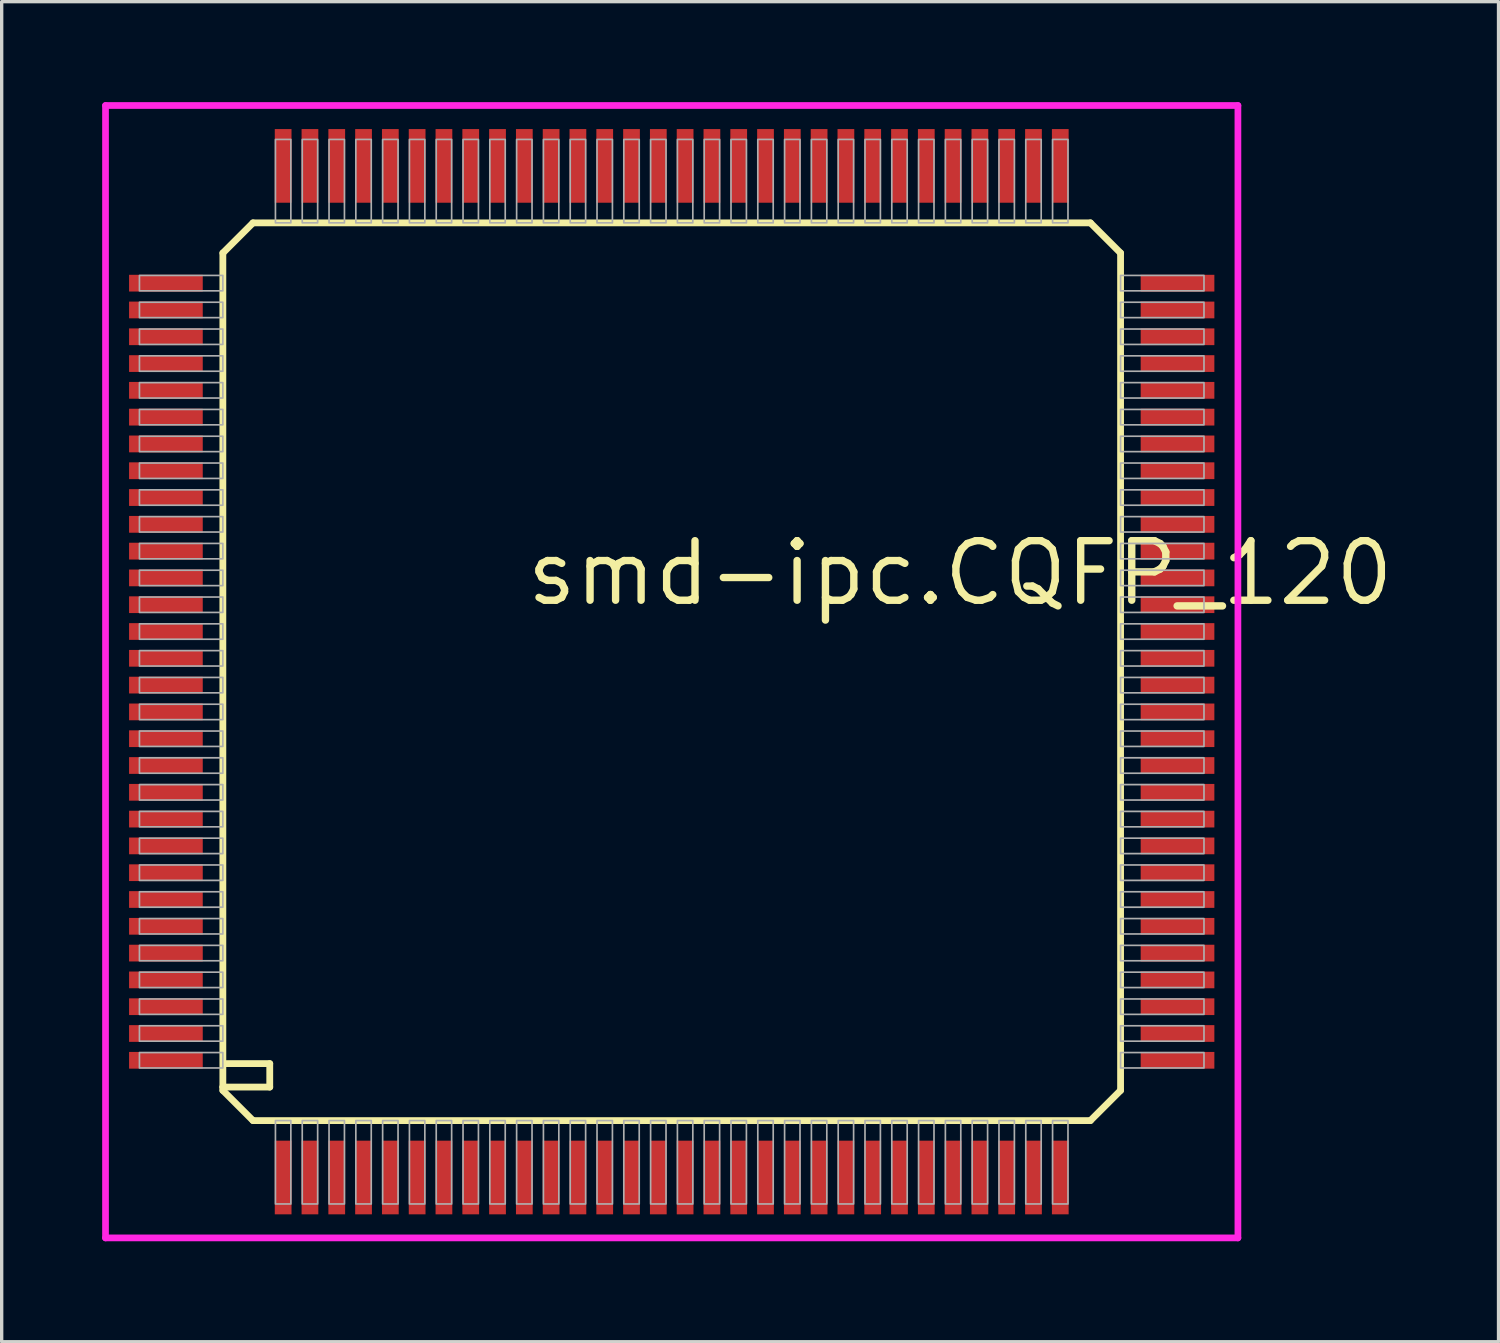
<source format=kicad_pcb>
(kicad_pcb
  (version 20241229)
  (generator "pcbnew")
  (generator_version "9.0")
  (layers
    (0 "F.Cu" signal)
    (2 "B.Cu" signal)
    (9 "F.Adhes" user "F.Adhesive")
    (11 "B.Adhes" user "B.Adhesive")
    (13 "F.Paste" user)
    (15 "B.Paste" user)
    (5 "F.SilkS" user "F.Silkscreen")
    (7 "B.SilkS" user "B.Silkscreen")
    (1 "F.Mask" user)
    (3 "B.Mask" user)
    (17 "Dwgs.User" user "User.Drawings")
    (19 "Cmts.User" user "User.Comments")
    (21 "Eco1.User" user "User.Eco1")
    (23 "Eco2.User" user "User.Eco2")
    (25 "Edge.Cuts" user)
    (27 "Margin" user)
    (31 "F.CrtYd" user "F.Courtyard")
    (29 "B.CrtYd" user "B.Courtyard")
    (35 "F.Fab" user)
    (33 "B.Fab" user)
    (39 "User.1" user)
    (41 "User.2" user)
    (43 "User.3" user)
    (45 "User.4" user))
  (footprint "smd-ipc.CQFP_120"
    (layer "F.Cu")
    (at 17.003 17.003)
    (property "Reference" "smd-ipc.CQFP_120" (at -4.445 -1.905 0) (layer "F.SilkS") (effects (font (size 1.778 1.778) (thickness 0.22)) (justify left bottom)))
    (attr smd)
    (fp_line (start -13.4 -12.5) (end -13.4 12.4) (stroke (width 0.203) (type default)) (layer "F.SilkS"))
    (fp_line (start -13.4 -12.5) (end -12.5 -13.4) (stroke (width 0.203) (type default)) (layer "F.SilkS"))
    (fp_line (start -13.4 12.4) (end -13.4 12.5) (stroke (width 0.203) (type default)) (layer "F.SilkS"))
    (fp_line (start -13.4 12.4) (end -12 12.4) (stroke (width 0.203) (type default)) (layer "F.SilkS"))
    (fp_line (start -13.4 12.5) (end -12.5 13.4) (stroke (width 0.203) (type default)) (layer "F.SilkS"))
    (fp_line (start -12.5 13.4) (end 12.5 13.4) (stroke (width 0.203) (type default)) (layer "F.SilkS"))
    (fp_line (start -12 11.7) (end -13.3 11.7) (stroke (width 0.203) (type default)) (layer "F.SilkS"))
    (fp_line (start -12 12.4) (end -12 11.7) (stroke (width 0.203) (type default)) (layer "F.SilkS"))
    (fp_line (start 12.5 -13.4) (end -12.5 -13.4) (stroke (width 0.203) (type default)) (layer "F.SilkS"))
    (fp_line (start 12.5 -13.4) (end 13.4 -12.5) (stroke (width 0.203) (type default)) (layer "F.SilkS"))
    (fp_line (start 12.5 13.4) (end 13.4 12.5) (stroke (width 0.203) (type default)) (layer "F.SilkS"))
    (fp_line (start 13.4 12.5) (end 13.4 -12.5) (stroke (width 0.203) (type default)) (layer "F.SilkS"))
    (fp_line (start -16.903 -16.903) (end 16.903 -16.903) (stroke (width 0.2) (type default)) (layer "F.CrtYd"))
    (fp_line (start -16.903 16.903) (end -16.903 -16.903) (stroke (width 0.2) (type default)) (layer "F.CrtYd"))
    (fp_line (start 16.903 -16.903) (end 16.903 16.903) (stroke (width 0.2) (type default)) (layer "F.CrtYd"))
    (fp_line (start 16.903 16.903) (end -16.903 16.903) (stroke (width 0.2) (type default)) (layer "F.CrtYd"))
    (fp_rect (start -15.89 -11.37) (end -13.4 -11.83) (stroke (width 0.05) (type default)) (fill no) (layer "F.Fab"))
    (fp_rect (start -15.89 -10.57) (end -13.4 -11.03) (stroke (width 0.05) (type default)) (fill no) (layer "F.Fab"))
    (fp_rect (start -15.89 -9.77) (end -13.4 -10.23) (stroke (width 0.05) (type default)) (fill no) (layer "F.Fab"))
    (fp_rect (start -15.89 -8.97) (end -13.4 -9.43) (stroke (width 0.05) (type default)) (fill no) (layer "F.Fab"))
    (fp_rect (start -15.89 -8.17) (end -13.4 -8.63) (stroke (width 0.05) (type default)) (fill no) (layer "F.Fab"))
    (fp_rect (start -15.89 -7.37) (end -13.4 -7.83) (stroke (width 0.05) (type default)) (fill no) (layer "F.Fab"))
    (fp_rect (start -15.89 -6.57) (end -13.4 -7.03) (stroke (width 0.05) (type default)) (fill no) (layer "F.Fab"))
    (fp_rect (start -15.89 -5.77) (end -13.4 -6.23) (stroke (width 0.05) (type default)) (fill no) (layer "F.Fab"))
    (fp_rect (start -15.89 -4.97) (end -13.4 -5.43) (stroke (width 0.05) (type default)) (fill no) (layer "F.Fab"))
    (fp_rect (start -15.89 -4.17) (end -13.4 -4.63) (stroke (width 0.05) (type default)) (fill no) (layer "F.Fab"))
    (fp_rect (start -15.89 -3.37) (end -13.4 -3.83) (stroke (width 0.05) (type default)) (fill no) (layer "F.Fab"))
    (fp_rect (start -15.89 -2.57) (end -13.4 -3.03) (stroke (width 0.05) (type default)) (fill no) (layer "F.Fab"))
    (fp_rect (start -15.89 -1.77) (end -13.4 -2.23) (stroke (width 0.05) (type default)) (fill no) (layer "F.Fab"))
    (fp_rect (start -15.89 -0.97) (end -13.4 -1.43) (stroke (width 0.05) (type default)) (fill no) (layer "F.Fab"))
    (fp_rect (start -15.89 -0.17) (end -13.4 -0.63) (stroke (width 0.05) (type default)) (fill no) (layer "F.Fab"))
    (fp_rect (start -15.89 0.63) (end -13.4 0.17) (stroke (width 0.05) (type default)) (fill no) (layer "F.Fab"))
    (fp_rect (start -15.89 1.43) (end -13.4 0.97) (stroke (width 0.05) (type default)) (fill no) (layer "F.Fab"))
    (fp_rect (start -15.89 2.23) (end -13.4 1.77) (stroke (width 0.05) (type default)) (fill no) (layer "F.Fab"))
    (fp_rect (start -15.89 3.03) (end -13.4 2.57) (stroke (width 0.05) (type default)) (fill no) (layer "F.Fab"))
    (fp_rect (start -15.89 3.83) (end -13.4 3.37) (stroke (width 0.05) (type default)) (fill no) (layer "F.Fab"))
    (fp_rect (start -15.89 4.63) (end -13.4 4.17) (stroke (width 0.05) (type default)) (fill no) (layer "F.Fab"))
    (fp_rect (start -15.89 5.43) (end -13.4 4.97) (stroke (width 0.05) (type default)) (fill no) (layer "F.Fab"))
    (fp_rect (start -15.89 6.23) (end -13.4 5.77) (stroke (width 0.05) (type default)) (fill no) (layer "F.Fab"))
    (fp_rect (start -15.89 7.03) (end -13.4 6.57) (stroke (width 0.05) (type default)) (fill no) (layer "F.Fab"))
    (fp_rect (start -15.89 7.83) (end -13.4 7.37) (stroke (width 0.05) (type default)) (fill no) (layer "F.Fab"))
    (fp_rect (start -15.89 8.63) (end -13.4 8.17) (stroke (width 0.05) (type default)) (fill no) (layer "F.Fab"))
    (fp_rect (start -15.89 9.43) (end -13.4 8.97) (stroke (width 0.05) (type default)) (fill no) (layer "F.Fab"))
    (fp_rect (start -15.89 10.23) (end -13.4 9.77) (stroke (width 0.05) (type default)) (fill no) (layer "F.Fab"))
    (fp_rect (start -15.89 11.03) (end -13.4 10.57) (stroke (width 0.05) (type default)) (fill no) (layer "F.Fab"))
    (fp_rect (start -15.89 11.83) (end -13.4 11.37) (stroke (width 0.05) (type default)) (fill no) (layer "F.Fab"))
    (fp_rect (start -11.83 -13.4) (end -11.37 -15.89) (stroke (width 0.05) (type default)) (fill no) (layer "F.Fab"))
    (fp_rect (start -11.83 15.89) (end -11.37 13.4) (stroke (width 0.05) (type default)) (fill no) (layer "F.Fab"))
    (fp_rect (start -11.03 -13.4) (end -10.57 -15.89) (stroke (width 0.05) (type default)) (fill no) (layer "F.Fab"))
    (fp_rect (start -11.03 15.89) (end -10.57 13.4) (stroke (width 0.05) (type default)) (fill no) (layer "F.Fab"))
    (fp_rect (start -10.23 -13.4) (end -9.77 -15.89) (stroke (width 0.05) (type default)) (fill no) (layer "F.Fab"))
    (fp_rect (start -10.23 15.89) (end -9.77 13.4) (stroke (width 0.05) (type default)) (fill no) (layer "F.Fab"))
    (fp_rect (start -9.43 -13.4) (end -8.97 -15.89) (stroke (width 0.05) (type default)) (fill no) (layer "F.Fab"))
    (fp_rect (start -9.43 15.89) (end -8.97 13.4) (stroke (width 0.05) (type default)) (fill no) (layer "F.Fab"))
    (fp_rect (start -8.63 -13.4) (end -8.17 -15.89) (stroke (width 0.05) (type default)) (fill no) (layer "F.Fab"))
    (fp_rect (start -8.63 15.89) (end -8.17 13.4) (stroke (width 0.05) (type default)) (fill no) (layer "F.Fab"))
    (fp_rect (start -7.83 -13.4) (end -7.37 -15.89) (stroke (width 0.05) (type default)) (fill no) (layer "F.Fab"))
    (fp_rect (start -7.83 15.89) (end -7.37 13.4) (stroke (width 0.05) (type default)) (fill no) (layer "F.Fab"))
    (fp_rect (start -7.03 -13.4) (end -6.57 -15.89) (stroke (width 0.05) (type default)) (fill no) (layer "F.Fab"))
    (fp_rect (start -7.03 15.89) (end -6.57 13.4) (stroke (width 0.05) (type default)) (fill no) (layer "F.Fab"))
    (fp_rect (start -6.23 -13.4) (end -5.77 -15.89) (stroke (width 0.05) (type default)) (fill no) (layer "F.Fab"))
    (fp_rect (start -6.23 15.89) (end -5.77 13.4) (stroke (width 0.05) (type default)) (fill no) (layer "F.Fab"))
    (fp_rect (start -5.43 -13.4) (end -4.97 -15.89) (stroke (width 0.05) (type default)) (fill no) (layer "F.Fab"))
    (fp_rect (start -5.43 15.89) (end -4.97 13.4) (stroke (width 0.05) (type default)) (fill no) (layer "F.Fab"))
    (fp_rect (start -4.63 -13.4) (end -4.17 -15.89) (stroke (width 0.05) (type default)) (fill no) (layer "F.Fab"))
    (fp_rect (start -4.63 15.89) (end -4.17 13.4) (stroke (width 0.05) (type default)) (fill no) (layer "F.Fab"))
    (fp_rect (start -3.83 -13.4) (end -3.37 -15.89) (stroke (width 0.05) (type default)) (fill no) (layer "F.Fab"))
    (fp_rect (start -3.83 15.89) (end -3.37 13.4) (stroke (width 0.05) (type default)) (fill no) (layer "F.Fab"))
    (fp_rect (start -3.03 -13.4) (end -2.57 -15.89) (stroke (width 0.05) (type default)) (fill no) (layer "F.Fab"))
    (fp_rect (start -3.03 15.89) (end -2.57 13.4) (stroke (width 0.05) (type default)) (fill no) (layer "F.Fab"))
    (fp_rect (start -2.23 -13.4) (end -1.77 -15.89) (stroke (width 0.05) (type default)) (fill no) (layer "F.Fab"))
    (fp_rect (start -2.23 15.89) (end -1.77 13.4) (stroke (width 0.05) (type default)) (fill no) (layer "F.Fab"))
    (fp_rect (start -1.43 -13.4) (end -0.97 -15.89) (stroke (width 0.05) (type default)) (fill no) (layer "F.Fab"))
    (fp_rect (start -1.43 15.89) (end -0.97 13.4) (stroke (width 0.05) (type default)) (fill no) (layer "F.Fab"))
    (fp_rect (start -0.63 -13.4) (end -0.17 -15.89) (stroke (width 0.05) (type default)) (fill no) (layer "F.Fab"))
    (fp_rect (start -0.63 15.89) (end -0.17 13.4) (stroke (width 0.05) (type default)) (fill no) (layer "F.Fab"))
    (fp_rect (start 0.17 -13.4) (end 0.63 -15.89) (stroke (width 0.05) (type default)) (fill no) (layer "F.Fab"))
    (fp_rect (start 0.17 15.89) (end 0.63 13.4) (stroke (width 0.05) (type default)) (fill no) (layer "F.Fab"))
    (fp_rect (start 0.97 -13.4) (end 1.43 -15.89) (stroke (width 0.05) (type default)) (fill no) (layer "F.Fab"))
    (fp_rect (start 0.97 15.89) (end 1.43 13.4) (stroke (width 0.05) (type default)) (fill no) (layer "F.Fab"))
    (fp_rect (start 1.77 -13.4) (end 2.23 -15.89) (stroke (width 0.05) (type default)) (fill no) (layer "F.Fab"))
    (fp_rect (start 1.77 15.89) (end 2.23 13.4) (stroke (width 0.05) (type default)) (fill no) (layer "F.Fab"))
    (fp_rect (start 2.57 -13.4) (end 3.03 -15.89) (stroke (width 0.05) (type default)) (fill no) (layer "F.Fab"))
    (fp_rect (start 2.57 15.89) (end 3.03 13.4) (stroke (width 0.05) (type default)) (fill no) (layer "F.Fab"))
    (fp_rect (start 3.37 -13.4) (end 3.83 -15.89) (stroke (width 0.05) (type default)) (fill no) (layer "F.Fab"))
    (fp_rect (start 3.37 15.89) (end 3.83 13.4) (stroke (width 0.05) (type default)) (fill no) (layer "F.Fab"))
    (fp_rect (start 4.17 -13.4) (end 4.63 -15.89) (stroke (width 0.05) (type default)) (fill no) (layer "F.Fab"))
    (fp_rect (start 4.17 15.89) (end 4.63 13.4) (stroke (width 0.05) (type default)) (fill no) (layer "F.Fab"))
    (fp_rect (start 4.97 -13.4) (end 5.43 -15.89) (stroke (width 0.05) (type default)) (fill no) (layer "F.Fab"))
    (fp_rect (start 4.97 15.89) (end 5.43 13.4) (stroke (width 0.05) (type default)) (fill no) (layer "F.Fab"))
    (fp_rect (start 5.77 -13.4) (end 6.23 -15.89) (stroke (width 0.05) (type default)) (fill no) (layer "F.Fab"))
    (fp_rect (start 5.77 15.89) (end 6.23 13.4) (stroke (width 0.05) (type default)) (fill no) (layer "F.Fab"))
    (fp_rect (start 6.57 -13.4) (end 7.03 -15.89) (stroke (width 0.05) (type default)) (fill no) (layer "F.Fab"))
    (fp_rect (start 6.57 15.89) (end 7.03 13.4) (stroke (width 0.05) (type default)) (fill no) (layer "F.Fab"))
    (fp_rect (start 7.37 -13.4) (end 7.83 -15.89) (stroke (width 0.05) (type default)) (fill no) (layer "F.Fab"))
    (fp_rect (start 7.37 15.89) (end 7.83 13.4) (stroke (width 0.05) (type default)) (fill no) (layer "F.Fab"))
    (fp_rect (start 8.17 -13.4) (end 8.63 -15.89) (stroke (width 0.05) (type default)) (fill no) (layer "F.Fab"))
    (fp_rect (start 8.17 15.89) (end 8.63 13.4) (stroke (width 0.05) (type default)) (fill no) (layer "F.Fab"))
    (fp_rect (start 8.97 -13.4) (end 9.43 -15.89) (stroke (width 0.05) (type default)) (fill no) (layer "F.Fab"))
    (fp_rect (start 8.97 15.89) (end 9.43 13.4) (stroke (width 0.05) (type default)) (fill no) (layer "F.Fab"))
    (fp_rect (start 9.77 -13.4) (end 10.23 -15.89) (stroke (width 0.05) (type default)) (fill no) (layer "F.Fab"))
    (fp_rect (start 9.77 15.89) (end 10.23 13.4) (stroke (width 0.05) (type default)) (fill no) (layer "F.Fab"))
    (fp_rect (start 10.57 -13.4) (end 11.03 -15.89) (stroke (width 0.05) (type default)) (fill no) (layer "F.Fab"))
    (fp_rect (start 10.57 15.89) (end 11.03 13.4) (stroke (width 0.05) (type default)) (fill no) (layer "F.Fab"))
    (fp_rect (start 11.37 -13.4) (end 11.83 -15.89) (stroke (width 0.05) (type default)) (fill no) (layer "F.Fab"))
    (fp_rect (start 11.37 15.89) (end 11.83 13.4) (stroke (width 0.05) (type default)) (fill no) (layer "F.Fab"))
    (fp_rect (start 13.4 -11.37) (end 15.89 -11.83) (stroke (width 0.05) (type default)) (fill no) (layer "F.Fab"))
    (fp_rect (start 13.4 -10.57) (end 15.89 -11.03) (stroke (width 0.05) (type default)) (fill no) (layer "F.Fab"))
    (fp_rect (start 13.4 -9.77) (end 15.89 -10.23) (stroke (width 0.05) (type default)) (fill no) (layer "F.Fab"))
    (fp_rect (start 13.4 -8.97) (end 15.89 -9.43) (stroke (width 0.05) (type default)) (fill no) (layer "F.Fab"))
    (fp_rect (start 13.4 -8.17) (end 15.89 -8.63) (stroke (width 0.05) (type default)) (fill no) (layer "F.Fab"))
    (fp_rect (start 13.4 -7.37) (end 15.89 -7.83) (stroke (width 0.05) (type default)) (fill no) (layer "F.Fab"))
    (fp_rect (start 13.4 -6.57) (end 15.89 -7.03) (stroke (width 0.05) (type default)) (fill no) (layer "F.Fab"))
    (fp_rect (start 13.4 -5.77) (end 15.89 -6.23) (stroke (width 0.05) (type default)) (fill no) (layer "F.Fab"))
    (fp_rect (start 13.4 -4.97) (end 15.89 -5.43) (stroke (width 0.05) (type default)) (fill no) (layer "F.Fab"))
    (fp_rect (start 13.4 -4.17) (end 15.89 -4.63) (stroke (width 0.05) (type default)) (fill no) (layer "F.Fab"))
    (fp_rect (start 13.4 -3.37) (end 15.89 -3.83) (stroke (width 0.05) (type default)) (fill no) (layer "F.Fab"))
    (fp_rect (start 13.4 -2.57) (end 15.89 -3.03) (stroke (width 0.05) (type default)) (fill no) (layer "F.Fab"))
    (fp_rect (start 13.4 -1.77) (end 15.89 -2.23) (stroke (width 0.05) (type default)) (fill no) (layer "F.Fab"))
    (fp_rect (start 13.4 -0.97) (end 15.89 -1.43) (stroke (width 0.05) (type default)) (fill no) (layer "F.Fab"))
    (fp_rect (start 13.4 -0.17) (end 15.89 -0.63) (stroke (width 0.05) (type default)) (fill no) (layer "F.Fab"))
    (fp_rect (start 13.4 0.63) (end 15.89 0.17) (stroke (width 0.05) (type default)) (fill no) (layer "F.Fab"))
    (fp_rect (start 13.4 1.43) (end 15.89 0.97) (stroke (width 0.05) (type default)) (fill no) (layer "F.Fab"))
    (fp_rect (start 13.4 2.23) (end 15.89 1.77) (stroke (width 0.05) (type default)) (fill no) (layer "F.Fab"))
    (fp_rect (start 13.4 3.03) (end 15.89 2.57) (stroke (width 0.05) (type default)) (fill no) (layer "F.Fab"))
    (fp_rect (start 13.4 3.83) (end 15.89 3.37) (stroke (width 0.05) (type default)) (fill no) (layer "F.Fab"))
    (fp_rect (start 13.4 4.63) (end 15.89 4.17) (stroke (width 0.05) (type default)) (fill no) (layer "F.Fab"))
    (fp_rect (start 13.4 5.43) (end 15.89 4.97) (stroke (width 0.05) (type default)) (fill no) (layer "F.Fab"))
    (fp_rect (start 13.4 6.23) (end 15.89 5.77) (stroke (width 0.05) (type default)) (fill no) (layer "F.Fab"))
    (fp_rect (start 13.4 7.03) (end 15.89 6.57) (stroke (width 0.05) (type default)) (fill no) (layer "F.Fab"))
    (fp_rect (start 13.4 7.83) (end 15.89 7.37) (stroke (width 0.05) (type default)) (fill no) (layer "F.Fab"))
    (fp_rect (start 13.4 8.63) (end 15.89 8.17) (stroke (width 0.05) (type default)) (fill no) (layer "F.Fab"))
    (fp_rect (start 13.4 9.43) (end 15.89 8.97) (stroke (width 0.05) (type default)) (fill no) (layer "F.Fab"))
    (fp_rect (start 13.4 10.23) (end 15.89 9.77) (stroke (width 0.05) (type default)) (fill no) (layer "F.Fab"))
    (fp_rect (start 13.4 11.03) (end 15.89 10.57) (stroke (width 0.05) (type default)) (fill no) (layer "F.Fab"))
    (fp_rect (start 13.4 11.83) (end 15.89 11.37) (stroke (width 0.05) (type default)) (fill no) (layer "F.Fab"))
    (pad "1" smd roundrect (at -11.6 15.1) (size 0.5 2.2) (layers "F.Cu" "F.Mask" "F.Paste") (roundrect_rratio 0.01))
    (pad "2" smd roundrect (at -10.8 15.1) (size 0.5 2.2) (layers "F.Cu" "F.Mask" "F.Paste") (roundrect_rratio 0.01))
    (pad "3" smd roundrect (at -10 15.1) (size 0.5 2.2) (layers "F.Cu" "F.Mask" "F.Paste") (roundrect_rratio 0.01))
    (pad "4" smd roundrect (at -9.2 15.1) (size 0.5 2.2) (layers "F.Cu" "F.Mask" "F.Paste") (roundrect_rratio 0.01))
    (pad "5" smd roundrect (at -8.4 15.1) (size 0.5 2.2) (layers "F.Cu" "F.Mask" "F.Paste") (roundrect_rratio 0.01))
    (pad "6" smd roundrect (at -7.6 15.1) (size 0.5 2.2) (layers "F.Cu" "F.Mask" "F.Paste") (roundrect_rratio 0.01))
    (pad "7" smd roundrect (at -6.8 15.1) (size 0.5 2.2) (layers "F.Cu" "F.Mask" "F.Paste") (roundrect_rratio 0.01))
    (pad "8" smd roundrect (at -6 15.1) (size 0.5 2.2) (layers "F.Cu" "F.Mask" "F.Paste") (roundrect_rratio 0.01))
    (pad "9" smd roundrect (at -5.2 15.1) (size 0.5 2.2) (layers "F.Cu" "F.Mask" "F.Paste") (roundrect_rratio 0.01))
    (pad "10" smd roundrect (at -4.4 15.1) (size 0.5 2.2) (layers "F.Cu" "F.Mask" "F.Paste") (roundrect_rratio 0.01))
    (pad "11" smd roundrect (at -3.6 15.1) (size 0.5 2.2) (layers "F.Cu" "F.Mask" "F.Paste") (roundrect_rratio 0.01))
    (pad "12" smd roundrect (at -2.8 15.1) (size 0.5 2.2) (layers "F.Cu" "F.Mask" "F.Paste") (roundrect_rratio 0.01))
    (pad "13" smd roundrect (at -2 15.1) (size 0.5 2.2) (layers "F.Cu" "F.Mask" "F.Paste") (roundrect_rratio 0.01))
    (pad "14" smd roundrect (at -1.2 15.1) (size 0.5 2.2) (layers "F.Cu" "F.Mask" "F.Paste") (roundrect_rratio 0.01))
    (pad "15" smd roundrect (at -0.4 15.1) (size 0.5 2.2) (layers "F.Cu" "F.Mask" "F.Paste") (roundrect_rratio 0.01))
    (pad "16" smd roundrect (at 0.4 15.1) (size 0.5 2.2) (layers "F.Cu" "F.Mask" "F.Paste") (roundrect_rratio 0.01))
    (pad "17" smd roundrect (at 1.2 15.1) (size 0.5 2.2) (layers "F.Cu" "F.Mask" "F.Paste") (roundrect_rratio 0.01))
    (pad "18" smd roundrect (at 2 15.1) (size 0.5 2.2) (layers "F.Cu" "F.Mask" "F.Paste") (roundrect_rratio 0.01))
    (pad "19" smd roundrect (at 2.8 15.1) (size 0.5 2.2) (layers "F.Cu" "F.Mask" "F.Paste") (roundrect_rratio 0.01))
    (pad "20" smd roundrect (at 3.6 15.1) (size 0.5 2.2) (layers "F.Cu" "F.Mask" "F.Paste") (roundrect_rratio 0.01))
    (pad "21" smd roundrect (at 4.4 15.1) (size 0.5 2.2) (layers "F.Cu" "F.Mask" "F.Paste") (roundrect_rratio 0.01))
    (pad "22" smd roundrect (at 5.2 15.1) (size 0.5 2.2) (layers "F.Cu" "F.Mask" "F.Paste") (roundrect_rratio 0.01))
    (pad "23" smd roundrect (at 6 15.1) (size 0.5 2.2) (layers "F.Cu" "F.Mask" "F.Paste") (roundrect_rratio 0.01))
    (pad "24" smd roundrect (at 6.8 15.1) (size 0.5 2.2) (layers "F.Cu" "F.Mask" "F.Paste") (roundrect_rratio 0.01))
    (pad "25" smd roundrect (at 7.6 15.1) (size 0.5 2.2) (layers "F.Cu" "F.Mask" "F.Paste") (roundrect_rratio 0.01))
    (pad "26" smd roundrect (at 8.4 15.1) (size 0.5 2.2) (layers "F.Cu" "F.Mask" "F.Paste") (roundrect_rratio 0.01))
    (pad "27" smd roundrect (at 9.2 15.1) (size 0.5 2.2) (layers "F.Cu" "F.Mask" "F.Paste") (roundrect_rratio 0.01))
    (pad "28" smd roundrect (at 10 15.1) (size 0.5 2.2) (layers "F.Cu" "F.Mask" "F.Paste") (roundrect_rratio 0.01))
    (pad "29" smd roundrect (at 10.8 15.1) (size 0.5 2.2) (layers "F.Cu" "F.Mask" "F.Paste") (roundrect_rratio 0.01))
    (pad "30" smd roundrect (at 11.6 15.1) (size 0.5 2.2) (layers "F.Cu" "F.Mask" "F.Paste") (roundrect_rratio 0.01))
    (pad "31" smd roundrect (at 15.1 11.6) (size 2.2 0.5) (layers "F.Cu" "F.Mask" "F.Paste") (roundrect_rratio 0.01))
    (pad "32" smd roundrect (at 15.1 10.8) (size 2.2 0.5) (layers "F.Cu" "F.Mask" "F.Paste") (roundrect_rratio 0.01))
    (pad "33" smd roundrect (at 15.1 10) (size 2.2 0.5) (layers "F.Cu" "F.Mask" "F.Paste") (roundrect_rratio 0.01))
    (pad "34" smd roundrect (at 15.1 9.2) (size 2.2 0.5) (layers "F.Cu" "F.Mask" "F.Paste") (roundrect_rratio 0.01))
    (pad "35" smd roundrect (at 15.1 8.4) (size 2.2 0.5) (layers "F.Cu" "F.Mask" "F.Paste") (roundrect_rratio 0.01))
    (pad "36" smd roundrect (at 15.1 7.6) (size 2.2 0.5) (layers "F.Cu" "F.Mask" "F.Paste") (roundrect_rratio 0.01))
    (pad "37" smd roundrect (at 15.1 6.8) (size 2.2 0.5) (layers "F.Cu" "F.Mask" "F.Paste") (roundrect_rratio 0.01))
    (pad "38" smd roundrect (at 15.1 6) (size 2.2 0.5) (layers "F.Cu" "F.Mask" "F.Paste") (roundrect_rratio 0.01))
    (pad "39" smd roundrect (at 15.1 5.2) (size 2.2 0.5) (layers "F.Cu" "F.Mask" "F.Paste") (roundrect_rratio 0.01))
    (pad "40" smd roundrect (at 15.1 4.4) (size 2.2 0.5) (layers "F.Cu" "F.Mask" "F.Paste") (roundrect_rratio 0.01))
    (pad "41" smd roundrect (at 15.1 3.6) (size 2.2 0.5) (layers "F.Cu" "F.Mask" "F.Paste") (roundrect_rratio 0.01))
    (pad "42" smd roundrect (at 15.1 2.8) (size 2.2 0.5) (layers "F.Cu" "F.Mask" "F.Paste") (roundrect_rratio 0.01))
    (pad "43" smd roundrect (at 15.1 2) (size 2.2 0.5) (layers "F.Cu" "F.Mask" "F.Paste") (roundrect_rratio 0.01))
    (pad "44" smd roundrect (at 15.1 1.2) (size 2.2 0.5) (layers "F.Cu" "F.Mask" "F.Paste") (roundrect_rratio 0.01))
    (pad "45" smd roundrect (at 15.1 0.4) (size 2.2 0.5) (layers "F.Cu" "F.Mask" "F.Paste") (roundrect_rratio 0.01))
    (pad "46" smd roundrect (at 15.1 -0.4) (size 2.2 0.5) (layers "F.Cu" "F.Mask" "F.Paste") (roundrect_rratio 0.01))
    (pad "47" smd roundrect (at 15.1 -1.2) (size 2.2 0.5) (layers "F.Cu" "F.Mask" "F.Paste") (roundrect_rratio 0.01))
    (pad "48" smd roundrect (at 15.1 -2) (size 2.2 0.5) (layers "F.Cu" "F.Mask" "F.Paste") (roundrect_rratio 0.01))
    (pad "49" smd roundrect (at 15.1 -2.8) (size 2.2 0.5) (layers "F.Cu" "F.Mask" "F.Paste") (roundrect_rratio 0.01))
    (pad "50" smd roundrect (at 15.1 -3.6) (size 2.2 0.5) (layers "F.Cu" "F.Mask" "F.Paste") (roundrect_rratio 0.01))
    (pad "51" smd roundrect (at 15.1 -4.4) (size 2.2 0.5) (layers "F.Cu" "F.Mask" "F.Paste") (roundrect_rratio 0.01))
    (pad "52" smd roundrect (at 15.1 -5.2) (size 2.2 0.5) (layers "F.Cu" "F.Mask" "F.Paste") (roundrect_rratio 0.01))
    (pad "53" smd roundrect (at 15.1 -6) (size 2.2 0.5) (layers "F.Cu" "F.Mask" "F.Paste") (roundrect_rratio 0.01))
    (pad "54" smd roundrect (at 15.1 -6.8) (size 2.2 0.5) (layers "F.Cu" "F.Mask" "F.Paste") (roundrect_rratio 0.01))
    (pad "55" smd roundrect (at 15.1 -7.6) (size 2.2 0.5) (layers "F.Cu" "F.Mask" "F.Paste") (roundrect_rratio 0.01))
    (pad "56" smd roundrect (at 15.1 -8.4) (size 2.2 0.5) (layers "F.Cu" "F.Mask" "F.Paste") (roundrect_rratio 0.01))
    (pad "57" smd roundrect (at 15.1 -9.2) (size 2.2 0.5) (layers "F.Cu" "F.Mask" "F.Paste") (roundrect_rratio 0.01))
    (pad "58" smd roundrect (at 15.1 -10) (size 2.2 0.5) (layers "F.Cu" "F.Mask" "F.Paste") (roundrect_rratio 0.01))
    (pad "59" smd roundrect (at 15.1 -10.8) (size 2.2 0.5) (layers "F.Cu" "F.Mask" "F.Paste") (roundrect_rratio 0.01))
    (pad "60" smd roundrect (at 15.1 -11.6) (size 2.2 0.5) (layers "F.Cu" "F.Mask" "F.Paste") (roundrect_rratio 0.01))
    (pad "61" smd roundrect (at 11.6 -15.1) (size 0.5 2.2) (layers "F.Cu" "F.Mask" "F.Paste") (roundrect_rratio 0.01))
    (pad "62" smd roundrect (at 10.8 -15.1) (size 0.5 2.2) (layers "F.Cu" "F.Mask" "F.Paste") (roundrect_rratio 0.01))
    (pad "63" smd roundrect (at 10 -15.1) (size 0.5 2.2) (layers "F.Cu" "F.Mask" "F.Paste") (roundrect_rratio 0.01))
    (pad "64" smd roundrect (at 9.2 -15.1) (size 0.5 2.2) (layers "F.Cu" "F.Mask" "F.Paste") (roundrect_rratio 0.01))
    (pad "65" smd roundrect (at 8.4 -15.1) (size 0.5 2.2) (layers "F.Cu" "F.Mask" "F.Paste") (roundrect_rratio 0.01))
    (pad "66" smd roundrect (at 7.6 -15.1) (size 0.5 2.2) (layers "F.Cu" "F.Mask" "F.Paste") (roundrect_rratio 0.01))
    (pad "67" smd roundrect (at 6.8 -15.1) (size 0.5 2.2) (layers "F.Cu" "F.Mask" "F.Paste") (roundrect_rratio 0.01))
    (pad "68" smd roundrect (at 6 -15.1) (size 0.5 2.2) (layers "F.Cu" "F.Mask" "F.Paste") (roundrect_rratio 0.01))
    (pad "69" smd roundrect (at 5.2 -15.1) (size 0.5 2.2) (layers "F.Cu" "F.Mask" "F.Paste") (roundrect_rratio 0.01))
    (pad "70" smd roundrect (at 4.4 -15.1) (size 0.5 2.2) (layers "F.Cu" "F.Mask" "F.Paste") (roundrect_rratio 0.01))
    (pad "71" smd roundrect (at 3.6 -15.1) (size 0.5 2.2) (layers "F.Cu" "F.Mask" "F.Paste") (roundrect_rratio 0.01))
    (pad "72" smd roundrect (at 2.8 -15.1) (size 0.5 2.2) (layers "F.Cu" "F.Mask" "F.Paste") (roundrect_rratio 0.01))
    (pad "73" smd roundrect (at 2 -15.1) (size 0.5 2.2) (layers "F.Cu" "F.Mask" "F.Paste") (roundrect_rratio 0.01))
    (pad "74" smd roundrect (at 1.2 -15.1) (size 0.5 2.2) (layers "F.Cu" "F.Mask" "F.Paste") (roundrect_rratio 0.01))
    (pad "75" smd roundrect (at 0.4 -15.1) (size 0.5 2.2) (layers "F.Cu" "F.Mask" "F.Paste") (roundrect_rratio 0.01))
    (pad "76" smd roundrect (at -0.4 -15.1) (size 0.5 2.2) (layers "F.Cu" "F.Mask" "F.Paste") (roundrect_rratio 0.01))
    (pad "77" smd roundrect (at -1.2 -15.1) (size 0.5 2.2) (layers "F.Cu" "F.Mask" "F.Paste") (roundrect_rratio 0.01))
    (pad "78" smd roundrect (at -2 -15.1) (size 0.5 2.2) (layers "F.Cu" "F.Mask" "F.Paste") (roundrect_rratio 0.01))
    (pad "79" smd roundrect (at -2.8 -15.1) (size 0.5 2.2) (layers "F.Cu" "F.Mask" "F.Paste") (roundrect_rratio 0.01))
    (pad "80" smd roundrect (at -3.6 -15.1) (size 0.5 2.2) (layers "F.Cu" "F.Mask" "F.Paste") (roundrect_rratio 0.01))
    (pad "81" smd roundrect (at -4.4 -15.1) (size 0.5 2.2) (layers "F.Cu" "F.Mask" "F.Paste") (roundrect_rratio 0.01))
    (pad "82" smd roundrect (at -5.2 -15.1) (size 0.5 2.2) (layers "F.Cu" "F.Mask" "F.Paste") (roundrect_rratio 0.01))
    (pad "83" smd roundrect (at -6 -15.1) (size 0.5 2.2) (layers "F.Cu" "F.Mask" "F.Paste") (roundrect_rratio 0.01))
    (pad "84" smd roundrect (at -6.8 -15.1) (size 0.5 2.2) (layers "F.Cu" "F.Mask" "F.Paste") (roundrect_rratio 0.01))
    (pad "85" smd roundrect (at -7.6 -15.1) (size 0.5 2.2) (layers "F.Cu" "F.Mask" "F.Paste") (roundrect_rratio 0.01))
    (pad "86" smd roundrect (at -8.4 -15.1) (size 0.5 2.2) (layers "F.Cu" "F.Mask" "F.Paste") (roundrect_rratio 0.01))
    (pad "87" smd roundrect (at -9.2 -15.1) (size 0.5 2.2) (layers "F.Cu" "F.Mask" "F.Paste") (roundrect_rratio 0.01))
    (pad "88" smd roundrect (at -10 -15.1) (size 0.5 2.2) (layers "F.Cu" "F.Mask" "F.Paste") (roundrect_rratio 0.01))
    (pad "89" smd roundrect (at -10.8 -15.1) (size 0.5 2.2) (layers "F.Cu" "F.Mask" "F.Paste") (roundrect_rratio 0.01))
    (pad "90" smd roundrect (at -11.6 -15.1) (size 0.5 2.2) (layers "F.Cu" "F.Mask" "F.Paste") (roundrect_rratio 0.01))
    (pad "91" smd roundrect (at -15.1 -11.6) (size 2.2 0.5) (layers "F.Cu" "F.Mask" "F.Paste") (roundrect_rratio 0.01))
    (pad "92" smd roundrect (at -15.1 -10.8) (size 2.2 0.5) (layers "F.Cu" "F.Mask" "F.Paste") (roundrect_rratio 0.01))
    (pad "93" smd roundrect (at -15.1 -10) (size 2.2 0.5) (layers "F.Cu" "F.Mask" "F.Paste") (roundrect_rratio 0.01))
    (pad "94" smd roundrect (at -15.1 -9.2) (size 2.2 0.5) (layers "F.Cu" "F.Mask" "F.Paste") (roundrect_rratio 0.01))
    (pad "95" smd roundrect (at -15.1 -8.4) (size 2.2 0.5) (layers "F.Cu" "F.Mask" "F.Paste") (roundrect_rratio 0.01))
    (pad "96" smd roundrect (at -15.1 -7.6) (size 2.2 0.5) (layers "F.Cu" "F.Mask" "F.Paste") (roundrect_rratio 0.01))
    (pad "97" smd roundrect (at -15.1 -6.8) (size 2.2 0.5) (layers "F.Cu" "F.Mask" "F.Paste") (roundrect_rratio 0.01))
    (pad "98" smd roundrect (at -15.1 -6) (size 2.2 0.5) (layers "F.Cu" "F.Mask" "F.Paste") (roundrect_rratio 0.01))
    (pad "99" smd roundrect (at -15.1 -5.2) (size 2.2 0.5) (layers "F.Cu" "F.Mask" "F.Paste") (roundrect_rratio 0.01))
    (pad "100" smd roundrect (at -15.1 -4.4) (size 2.2 0.5) (layers "F.Cu" "F.Mask" "F.Paste") (roundrect_rratio 0.01))
    (pad "101" smd roundrect (at -15.1 -3.6) (size 2.2 0.5) (layers "F.Cu" "F.Mask" "F.Paste") (roundrect_rratio 0.01))
    (pad "102" smd roundrect (at -15.1 -2.8) (size 2.2 0.5) (layers "F.Cu" "F.Mask" "F.Paste") (roundrect_rratio 0.01))
    (pad "103" smd roundrect (at -15.1 -2) (size 2.2 0.5) (layers "F.Cu" "F.Mask" "F.Paste") (roundrect_rratio 0.01))
    (pad "104" smd roundrect (at -15.1 -1.2) (size 2.2 0.5) (layers "F.Cu" "F.Mask" "F.Paste") (roundrect_rratio 0.01))
    (pad "105" smd roundrect (at -15.1 -0.4) (size 2.2 0.5) (layers "F.Cu" "F.Mask" "F.Paste") (roundrect_rratio 0.01))
    (pad "106" smd roundrect (at -15.1 0.4) (size 2.2 0.5) (layers "F.Cu" "F.Mask" "F.Paste") (roundrect_rratio 0.01))
    (pad "107" smd roundrect (at -15.1 1.2) (size 2.2 0.5) (layers "F.Cu" "F.Mask" "F.Paste") (roundrect_rratio 0.01))
    (pad "108" smd roundrect (at -15.1 2) (size 2.2 0.5) (layers "F.Cu" "F.Mask" "F.Paste") (roundrect_rratio 0.01))
    (pad "109" smd roundrect (at -15.1 2.8) (size 2.2 0.5) (layers "F.Cu" "F.Mask" "F.Paste") (roundrect_rratio 0.01))
    (pad "110" smd roundrect (at -15.1 3.6) (size 2.2 0.5) (layers "F.Cu" "F.Mask" "F.Paste") (roundrect_rratio 0.01))
    (pad "111" smd roundrect (at -15.1 4.4) (size 2.2 0.5) (layers "F.Cu" "F.Mask" "F.Paste") (roundrect_rratio 0.01))
    (pad "112" smd roundrect (at -15.1 5.2) (size 2.2 0.5) (layers "F.Cu" "F.Mask" "F.Paste") (roundrect_rratio 0.01))
    (pad "113" smd roundrect (at -15.1 6) (size 2.2 0.5) (layers "F.Cu" "F.Mask" "F.Paste") (roundrect_rratio 0.01))
    (pad "114" smd roundrect (at -15.1 6.8) (size 2.2 0.5) (layers "F.Cu" "F.Mask" "F.Paste") (roundrect_rratio 0.01))
    (pad "115" smd roundrect (at -15.1 7.6) (size 2.2 0.5) (layers "F.Cu" "F.Mask" "F.Paste") (roundrect_rratio 0.01))
    (pad "116" smd roundrect (at -15.1 8.4) (size 2.2 0.5) (layers "F.Cu" "F.Mask" "F.Paste") (roundrect_rratio 0.01))
    (pad "117" smd roundrect (at -15.1 9.2) (size 2.2 0.5) (layers "F.Cu" "F.Mask" "F.Paste") (roundrect_rratio 0.01))
    (pad "118" smd roundrect (at -15.1 10) (size 2.2 0.5) (layers "F.Cu" "F.Mask" "F.Paste") (roundrect_rratio 0.01))
    (pad "119" smd roundrect (at -15.1 10.8) (size 2.2 0.5) (layers "F.Cu" "F.Mask" "F.Paste") (roundrect_rratio 0.01))
    (pad "120" smd roundrect (at -15.1 11.6) (size 2.2 0.5) (layers "F.Cu" "F.Mask" "F.Paste") (roundrect_rratio 0.01)))
  (gr_rect
    (start -3 -3)
    (end 41.686 37.006)
    (stroke (width 0.1) (type default))
    (fill no)
    (layer "Edge.Cuts")))
</source>
